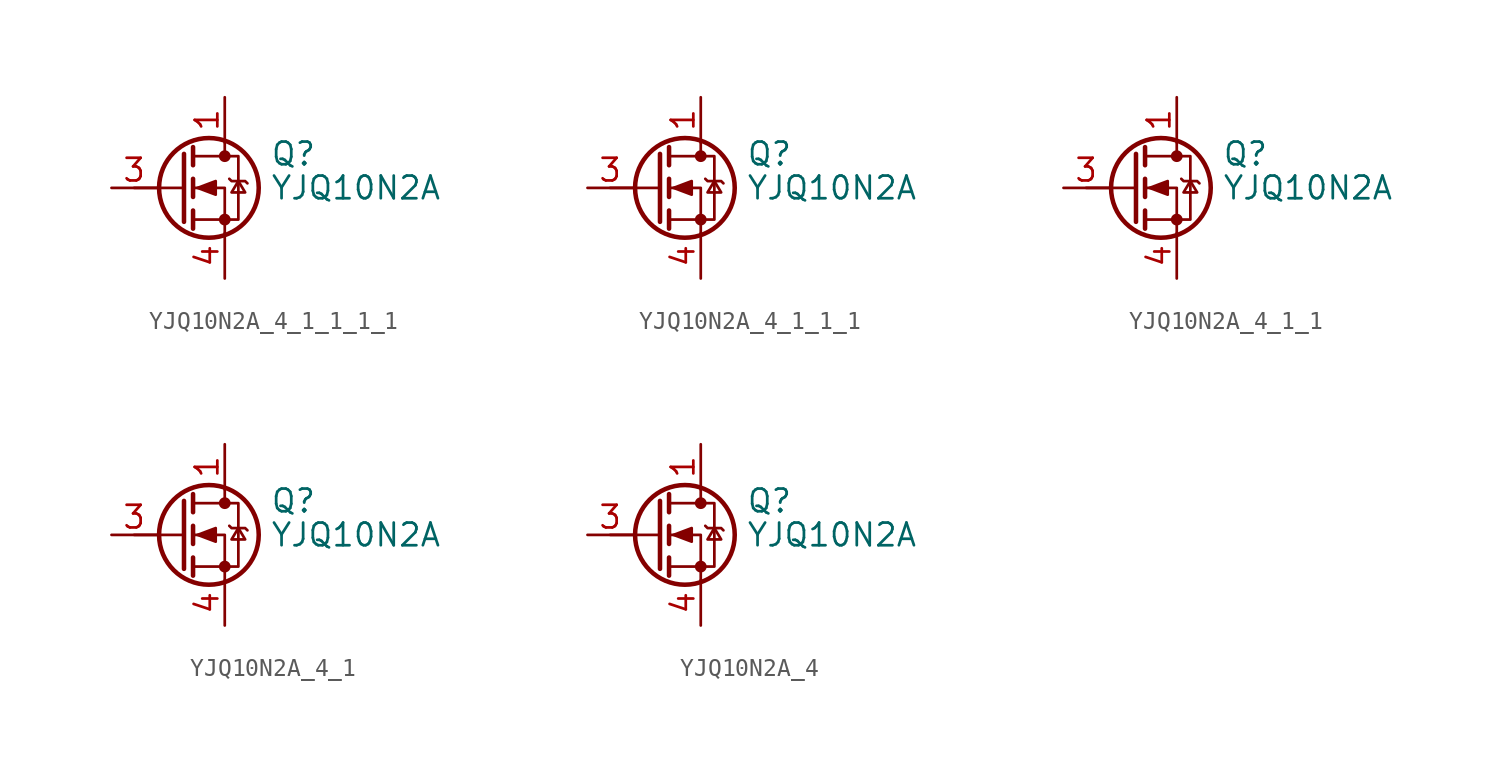
<source format=kicad_sym>
(kicad_symbol_lib
  (version 20241209)
  (generator "kicad_symbol_editor")
  (generator_version "9.0")
  (symbol "YJQ10N2A_4_1_1_1_1"
    (pin_names
      (hide yes))
    (property "Reference" "Q"
      (at 5.08 1.905 0)
      (effects (font (size 1.27 1.27)) (justify left)))
    (property "Value" "YJQ10N2A"
      (at 5.08 0 0)
      (effects (font (size 1.27 1.27)) (justify left)))
    (symbol "YJQ10N2A_4_1_1_1_1_0_1"
      (polyline (pts (xy 0.254 1.905) (xy 0.254 -1.905)) (stroke (width 0.254) (type default)) (fill (type none)))
      (polyline (pts (xy 0.254 0) (xy -2.54 0)) (stroke (width 0) (type default)) (fill (type none)))
      (polyline (pts (xy 0.762 2.286) (xy 0.762 1.27)) (stroke (width 0.254) (type default)) (fill (type none)))
      (polyline (pts (xy 0.762 0.508) (xy 0.762 -0.508)) (stroke (width 0.254) (type default)) (fill (type none)))
      (polyline (pts (xy 0.762 -1.27) (xy 0.762 -2.286)) (stroke (width 0.254) (type default)) (fill (type none)))
      (polyline (pts (xy 0.762 -1.778) (xy 3.302 -1.778) (xy 3.302 1.778) (xy 0.762 1.778)) (stroke (width 0) (type default)) (fill (type none)))
      (polyline (pts (xy 1.016 0) (xy 2.032 0.381) (xy 2.032 -0.381) (xy 1.016 0)) (stroke (width 0) (type default)) (fill (type outline)))
      (circle (center 1.651 0) (radius 2.794) (stroke (width 0.254) (type default)) (fill (type none)))
      (polyline (pts (xy 2.54 2.54) (xy 2.54 1.778)) (stroke (width 0) (type default)) (fill (type none)))
      (circle (center 2.54 1.778) (radius 0.254) (stroke (width 0) (type default)) (fill (type outline)))
      (circle (center 2.54 -1.778) (radius 0.254) (stroke (width 0) (type default)) (fill (type outline)))
      (polyline (pts (xy 2.54 -2.54) (xy 2.54 0) (xy 0.762 0)) (stroke (width 0) (type default)) (fill (type none)))
      (polyline (pts (xy 2.794 0.508) (xy 2.921 0.381) (xy 3.683 0.381) (xy 3.81 0.254)) (stroke (width 0) (type default)) (fill (type none)))
      (polyline (pts (xy 3.302 0.381) (xy 2.921 -0.254) (xy 3.683 -0.254) (xy 3.302 0.381)) (stroke (width 0) (type default)) (fill (type none))))
    (symbol "YJQ10N2A_4_1_1_1_1_1_1"
      (pin input line (at -3.81 0 0) (length 2.54) (name "G" (effects (font (size 1.27 1.27)))) (number "3" (effects (font (size 1.27 1.27)))))
      (pin passive line (at 2.54 5.08 270) (length 2.54) (name "D" (effects (font (size 1.27 1.27)))) (number "1" (effects (font (size 1.27 1.27)))))
      (pin passive line (at 2.54 5.08 270) (length 2.54) (hide yes) (name "D" (effects (font (size 1.27 1.27)))) (number "2" (effects (font (size 1.27 1.27)))))
      (pin passive line (at 2.54 5.08 270) (length 2.54) (hide yes) (name "D" (effects (font (size 1.27 1.27)))) (number "3" (effects (font (size 1.27 1.27)))))
      (pin passive line (at 2.54 5.08 270) (length 2.54) (hide yes) (name "D" (effects (font (size 1.27 1.27)))) (number "5" (effects (font (size 1.27 1.27)))))
      (pin passive line (at 2.54 5.08 270) (length 2.54) (hide yes) (name "D" (effects (font (size 1.27 1.27)))) (number "6" (effects (font (size 1.27 1.27)))))
      (pin passive line (at 2.54 5.08 270) (length 2.54) (hide yes) (name "D" (effects (font (size 1.27 1.27)))) (number "8" (effects (font (size 1.27 1.27)))))
      (pin passive line (at 2.54 -5.08 90) (length 2.54) (name "S" (effects (font (size 1.27 1.27)))) (number "4" (effects (font (size 1.27 1.27)))))
      (pin passive line (at 2.54 -5.08 90) (length 2.54) (hide yes) (name "S" (effects (font (size 1.27 1.27)))) (number "7" (effects (font (size 1.27 1.27)))))))
  (symbol "YJQ10N2A_4_1_1_1"
    (pin_names
      (hide yes))
    (property "Reference" "Q"
      (at 5.08 1.905 0)
      (effects (font (size 1.27 1.27)) (justify left)))
    (property "Value" "YJQ10N2A"
      (at 5.08 0 0)
      (effects (font (size 1.27 1.27)) (justify left)))
    (symbol "YJQ10N2A_4_1_1_1_0_1"
      (polyline (pts (xy 0.254 1.905) (xy 0.254 -1.905)) (stroke (width 0.254) (type default)) (fill (type none)))
      (polyline (pts (xy 0.254 0) (xy -2.54 0)) (stroke (width 0) (type default)) (fill (type none)))
      (polyline (pts (xy 0.762 2.286) (xy 0.762 1.27)) (stroke (width 0.254) (type default)) (fill (type none)))
      (polyline (pts (xy 0.762 0.508) (xy 0.762 -0.508)) (stroke (width 0.254) (type default)) (fill (type none)))
      (polyline (pts (xy 0.762 -1.27) (xy 0.762 -2.286)) (stroke (width 0.254) (type default)) (fill (type none)))
      (polyline (pts (xy 0.762 -1.778) (xy 3.302 -1.778) (xy 3.302 1.778) (xy 0.762 1.778)) (stroke (width 0) (type default)) (fill (type none)))
      (polyline (pts (xy 1.016 0) (xy 2.032 0.381) (xy 2.032 -0.381) (xy 1.016 0)) (stroke (width 0) (type default)) (fill (type outline)))
      (circle (center 1.651 0) (radius 2.794) (stroke (width 0.254) (type default)) (fill (type none)))
      (polyline (pts (xy 2.54 2.54) (xy 2.54 1.778)) (stroke (width 0) (type default)) (fill (type none)))
      (circle (center 2.54 1.778) (radius 0.254) (stroke (width 0) (type default)) (fill (type outline)))
      (circle (center 2.54 -1.778) (radius 0.254) (stroke (width 0) (type default)) (fill (type outline)))
      (polyline (pts (xy 2.54 -2.54) (xy 2.54 0) (xy 0.762 0)) (stroke (width 0) (type default)) (fill (type none)))
      (polyline (pts (xy 2.794 0.508) (xy 2.921 0.381) (xy 3.683 0.381) (xy 3.81 0.254)) (stroke (width 0) (type default)) (fill (type none)))
      (polyline (pts (xy 3.302 0.381) (xy 2.921 -0.254) (xy 3.683 -0.254) (xy 3.302 0.381)) (stroke (width 0) (type default)) (fill (type none))))
    (symbol "YJQ10N2A_4_1_1_1_1_1"
      (pin input line (at -3.81 0 0) (length 2.54) (name "G" (effects (font (size 1.27 1.27)))) (number "3" (effects (font (size 1.27 1.27)))))
      (pin passive line (at 2.54 5.08 270) (length 2.54) (name "D" (effects (font (size 1.27 1.27)))) (number "1" (effects (font (size 1.27 1.27)))))
      (pin passive line (at 2.54 5.08 270) (length 2.54) (hide yes) (name "D" (effects (font (size 1.27 1.27)))) (number "2" (effects (font (size 1.27 1.27)))))
      (pin passive line (at 2.54 5.08 270) (length 2.54) (hide yes) (name "D" (effects (font (size 1.27 1.27)))) (number "3" (effects (font (size 1.27 1.27)))))
      (pin passive line (at 2.54 5.08 270) (length 2.54) (hide yes) (name "D" (effects (font (size 1.27 1.27)))) (number "5" (effects (font (size 1.27 1.27)))))
      (pin passive line (at 2.54 5.08 270) (length 2.54) (hide yes) (name "D" (effects (font (size 1.27 1.27)))) (number "6" (effects (font (size 1.27 1.27)))))
      (pin passive line (at 2.54 5.08 270) (length 2.54) (hide yes) (name "D" (effects (font (size 1.27 1.27)))) (number "8" (effects (font (size 1.27 1.27)))))
      (pin passive line (at 2.54 -5.08 90) (length 2.54) (name "S" (effects (font (size 1.27 1.27)))) (number "4" (effects (font (size 1.27 1.27)))))
      (pin passive line (at 2.54 -5.08 90) (length 2.54) (hide yes) (name "S" (effects (font (size 1.27 1.27)))) (number "7" (effects (font (size 1.27 1.27)))))))
  (symbol "YJQ10N2A_4_1_1"
    (pin_names
      (hide yes))
    (property "Reference" "Q"
      (at 5.08 1.905 0)
      (effects (font (size 1.27 1.27)) (justify left)))
    (property "Value" "YJQ10N2A"
      (at 5.08 0 0)
      (effects (font (size 1.27 1.27)) (justify left)))
    (symbol "YJQ10N2A_4_1_1_0_1"
      (polyline (pts (xy 0.254 1.905) (xy 0.254 -1.905)) (stroke (width 0.254) (type default)) (fill (type none)))
      (polyline (pts (xy 0.254 0) (xy -2.54 0)) (stroke (width 0) (type default)) (fill (type none)))
      (polyline (pts (xy 0.762 2.286) (xy 0.762 1.27)) (stroke (width 0.254) (type default)) (fill (type none)))
      (polyline (pts (xy 0.762 0.508) (xy 0.762 -0.508)) (stroke (width 0.254) (type default)) (fill (type none)))
      (polyline (pts (xy 0.762 -1.27) (xy 0.762 -2.286)) (stroke (width 0.254) (type default)) (fill (type none)))
      (polyline (pts (xy 0.762 -1.778) (xy 3.302 -1.778) (xy 3.302 1.778) (xy 0.762 1.778)) (stroke (width 0) (type default)) (fill (type none)))
      (polyline (pts (xy 1.016 0) (xy 2.032 0.381) (xy 2.032 -0.381) (xy 1.016 0)) (stroke (width 0) (type default)) (fill (type outline)))
      (circle (center 1.651 0) (radius 2.794) (stroke (width 0.254) (type default)) (fill (type none)))
      (polyline (pts (xy 2.54 2.54) (xy 2.54 1.778)) (stroke (width 0) (type default)) (fill (type none)))
      (circle (center 2.54 1.778) (radius 0.254) (stroke (width 0) (type default)) (fill (type outline)))
      (circle (center 2.54 -1.778) (radius 0.254) (stroke (width 0) (type default)) (fill (type outline)))
      (polyline (pts (xy 2.54 -2.54) (xy 2.54 0) (xy 0.762 0)) (stroke (width 0) (type default)) (fill (type none)))
      (polyline (pts (xy 2.794 0.508) (xy 2.921 0.381) (xy 3.683 0.381) (xy 3.81 0.254)) (stroke (width 0) (type default)) (fill (type none)))
      (polyline (pts (xy 3.302 0.381) (xy 2.921 -0.254) (xy 3.683 -0.254) (xy 3.302 0.381)) (stroke (width 0) (type default)) (fill (type none))))
    (symbol "YJQ10N2A_4_1_1_1_1"
      (pin input line (at -3.81 0 0) (length 2.54) (name "G" (effects (font (size 1.27 1.27)))) (number "3" (effects (font (size 1.27 1.27)))))
      (pin passive line (at 2.54 5.08 270) (length 2.54) (name "D" (effects (font (size 1.27 1.27)))) (number "1" (effects (font (size 1.27 1.27)))))
      (pin passive line (at 2.54 5.08 270) (length 2.54) (hide yes) (name "D" (effects (font (size 1.27 1.27)))) (number "2" (effects (font (size 1.27 1.27)))))
      (pin passive line (at 2.54 5.08 270) (length 2.54) (hide yes) (name "D" (effects (font (size 1.27 1.27)))) (number "3" (effects (font (size 1.27 1.27)))))
      (pin passive line (at 2.54 5.08 270) (length 2.54) (hide yes) (name "D" (effects (font (size 1.27 1.27)))) (number "5" (effects (font (size 1.27 1.27)))))
      (pin passive line (at 2.54 5.08 270) (length 2.54) (hide yes) (name "D" (effects (font (size 1.27 1.27)))) (number "6" (effects (font (size 1.27 1.27)))))
      (pin passive line (at 2.54 5.08 270) (length 2.54) (hide yes) (name "D" (effects (font (size 1.27 1.27)))) (number "8" (effects (font (size 1.27 1.27)))))
      (pin passive line (at 2.54 -5.08 90) (length 2.54) (name "S" (effects (font (size 1.27 1.27)))) (number "4" (effects (font (size 1.27 1.27)))))
      (pin passive line (at 2.54 -5.08 90) (length 2.54) (hide yes) (name "S" (effects (font (size 1.27 1.27)))) (number "7" (effects (font (size 1.27 1.27)))))))
  (symbol "YJQ10N2A_4_1"
    (pin_names
      (hide yes))
    (property "Reference" "Q"
      (at 5.08 1.905 0)
      (effects (font (size 1.27 1.27)) (justify left)))
    (property "Value" "YJQ10N2A"
      (at 5.08 0 0)
      (effects (font (size 1.27 1.27)) (justify left)))
    (symbol "YJQ10N2A_4_1_0_1"
      (polyline (pts (xy 0.254 1.905) (xy 0.254 -1.905)) (stroke (width 0.254) (type default)) (fill (type none)))
      (polyline (pts (xy 0.254 0) (xy -2.54 0)) (stroke (width 0) (type default)) (fill (type none)))
      (polyline (pts (xy 0.762 2.286) (xy 0.762 1.27)) (stroke (width 0.254) (type default)) (fill (type none)))
      (polyline (pts (xy 0.762 0.508) (xy 0.762 -0.508)) (stroke (width 0.254) (type default)) (fill (type none)))
      (polyline (pts (xy 0.762 -1.27) (xy 0.762 -2.286)) (stroke (width 0.254) (type default)) (fill (type none)))
      (polyline (pts (xy 0.762 -1.778) (xy 3.302 -1.778) (xy 3.302 1.778) (xy 0.762 1.778)) (stroke (width 0) (type default)) (fill (type none)))
      (polyline (pts (xy 1.016 0) (xy 2.032 0.381) (xy 2.032 -0.381) (xy 1.016 0)) (stroke (width 0) (type default)) (fill (type outline)))
      (circle (center 1.651 0) (radius 2.794) (stroke (width 0.254) (type default)) (fill (type none)))
      (polyline (pts (xy 2.54 2.54) (xy 2.54 1.778)) (stroke (width 0) (type default)) (fill (type none)))
      (circle (center 2.54 1.778) (radius 0.254) (stroke (width 0) (type default)) (fill (type outline)))
      (circle (center 2.54 -1.778) (radius 0.254) (stroke (width 0) (type default)) (fill (type outline)))
      (polyline (pts (xy 2.54 -2.54) (xy 2.54 0) (xy 0.762 0)) (stroke (width 0) (type default)) (fill (type none)))
      (polyline (pts (xy 2.794 0.508) (xy 2.921 0.381) (xy 3.683 0.381) (xy 3.81 0.254)) (stroke (width 0) (type default)) (fill (type none)))
      (polyline (pts (xy 3.302 0.381) (xy 2.921 -0.254) (xy 3.683 -0.254) (xy 3.302 0.381)) (stroke (width 0) (type default)) (fill (type none))))
    (symbol "YJQ10N2A_4_1_1_1"
      (pin input line (at -3.81 0 0) (length 2.54) (name "G" (effects (font (size 1.27 1.27)))) (number "3" (effects (font (size 1.27 1.27)))))
      (pin passive line (at 2.54 5.08 270) (length 2.54) (name "D" (effects (font (size 1.27 1.27)))) (number "1" (effects (font (size 1.27 1.27)))))
      (pin passive line (at 2.54 5.08 270) (length 2.54) (hide yes) (name "D" (effects (font (size 1.27 1.27)))) (number "2" (effects (font (size 1.27 1.27)))))
      (pin passive line (at 2.54 5.08 270) (length 2.54) (hide yes) (name "D" (effects (font (size 1.27 1.27)))) (number "3" (effects (font (size 1.27 1.27)))))
      (pin passive line (at 2.54 5.08 270) (length 2.54) (hide yes) (name "D" (effects (font (size 1.27 1.27)))) (number "5" (effects (font (size 1.27 1.27)))))
      (pin passive line (at 2.54 5.08 270) (length 2.54) (hide yes) (name "D" (effects (font (size 1.27 1.27)))) (number "6" (effects (font (size 1.27 1.27)))))
      (pin passive line (at 2.54 5.08 270) (length 2.54) (hide yes) (name "D" (effects (font (size 1.27 1.27)))) (number "8" (effects (font (size 1.27 1.27)))))
      (pin passive line (at 2.54 -5.08 90) (length 2.54) (name "S" (effects (font (size 1.27 1.27)))) (number "4" (effects (font (size 1.27 1.27)))))
      (pin passive line (at 2.54 -5.08 90) (length 2.54) (hide yes) (name "S" (effects (font (size 1.27 1.27)))) (number "7" (effects (font (size 1.27 1.27)))))))
  (symbol "YJQ10N2A_4"
    (pin_names
      (hide yes))
    (property "Reference" "Q"
      (at 5.08 1.905 0)
      (effects (font (size 1.27 1.27)) (justify left)))
    (property "Value" "YJQ10N2A"
      (at 5.08 0 0)
      (effects (font (size 1.27 1.27)) (justify left)))
    (symbol "YJQ10N2A_4_0_1"
      (polyline (pts (xy 0.254 1.905) (xy 0.254 -1.905)) (stroke (width 0.254) (type default)) (fill (type none)))
      (polyline (pts (xy 0.254 0) (xy -2.54 0)) (stroke (width 0) (type default)) (fill (type none)))
      (polyline (pts (xy 0.762 2.286) (xy 0.762 1.27)) (stroke (width 0.254) (type default)) (fill (type none)))
      (polyline (pts (xy 0.762 0.508) (xy 0.762 -0.508)) (stroke (width 0.254) (type default)) (fill (type none)))
      (polyline (pts (xy 0.762 -1.27) (xy 0.762 -2.286)) (stroke (width 0.254) (type default)) (fill (type none)))
      (polyline (pts (xy 0.762 -1.778) (xy 3.302 -1.778) (xy 3.302 1.778) (xy 0.762 1.778)) (stroke (width 0) (type default)) (fill (type none)))
      (polyline (pts (xy 1.016 0) (xy 2.032 0.381) (xy 2.032 -0.381) (xy 1.016 0)) (stroke (width 0) (type default)) (fill (type outline)))
      (circle (center 1.651 0) (radius 2.794) (stroke (width 0.254) (type default)) (fill (type none)))
      (polyline (pts (xy 2.54 2.54) (xy 2.54 1.778)) (stroke (width 0) (type default)) (fill (type none)))
      (circle (center 2.54 1.778) (radius 0.254) (stroke (width 0) (type default)) (fill (type outline)))
      (circle (center 2.54 -1.778) (radius 0.254) (stroke (width 0) (type default)) (fill (type outline)))
      (polyline (pts (xy 2.54 -2.54) (xy 2.54 0) (xy 0.762 0)) (stroke (width 0) (type default)) (fill (type none)))
      (polyline (pts (xy 2.794 0.508) (xy 2.921 0.381) (xy 3.683 0.381) (xy 3.81 0.254)) (stroke (width 0) (type default)) (fill (type none)))
      (polyline (pts (xy 3.302 0.381) (xy 2.921 -0.254) (xy 3.683 -0.254) (xy 3.302 0.381)) (stroke (width 0) (type default)) (fill (type none))))
    (symbol "YJQ10N2A_4_1_1"
      (pin input line (at -3.81 0 0) (length 2.54) (name "G" (effects (font (size 1.27 1.27)))) (number "3" (effects (font (size 1.27 1.27)))))
      (pin passive line (at 2.54 5.08 270) (length 2.54) (name "D" (effects (font (size 1.27 1.27)))) (number "1" (effects (font (size 1.27 1.27)))))
      (pin passive line (at 2.54 5.08 270) (length 2.54) (hide yes) (name "D" (effects (font (size 1.27 1.27)))) (number "2" (effects (font (size 1.27 1.27)))))
      (pin passive line (at 2.54 5.08 270) (length 2.54) (hide yes) (name "D" (effects (font (size 1.27 1.27)))) (number "3" (effects (font (size 1.27 1.27)))))
      (pin passive line (at 2.54 5.08 270) (length 2.54) (hide yes) (name "D" (effects (font (size 1.27 1.27)))) (number "5" (effects (font (size 1.27 1.27)))))
      (pin passive line (at 2.54 5.08 270) (length 2.54) (hide yes) (name "D" (effects (font (size 1.27 1.27)))) (number "6" (effects (font (size 1.27 1.27)))))
      (pin passive line (at 2.54 5.08 270) (length 2.54) (hide yes) (name "D" (effects (font (size 1.27 1.27)))) (number "8" (effects (font (size 1.27 1.27)))))
      (pin passive line (at 2.54 -5.08 90) (length 2.54) (name "S" (effects (font (size 1.27 1.27)))) (number "4" (effects (font (size 1.27 1.27)))))
      (pin passive line (at 2.54 -5.08 90) (length 2.54) (hide yes) (name "S" (effects (font (size 1.27 1.27)))) (number "7" (effects (font (size 1.27 1.27))))))))
</source>
